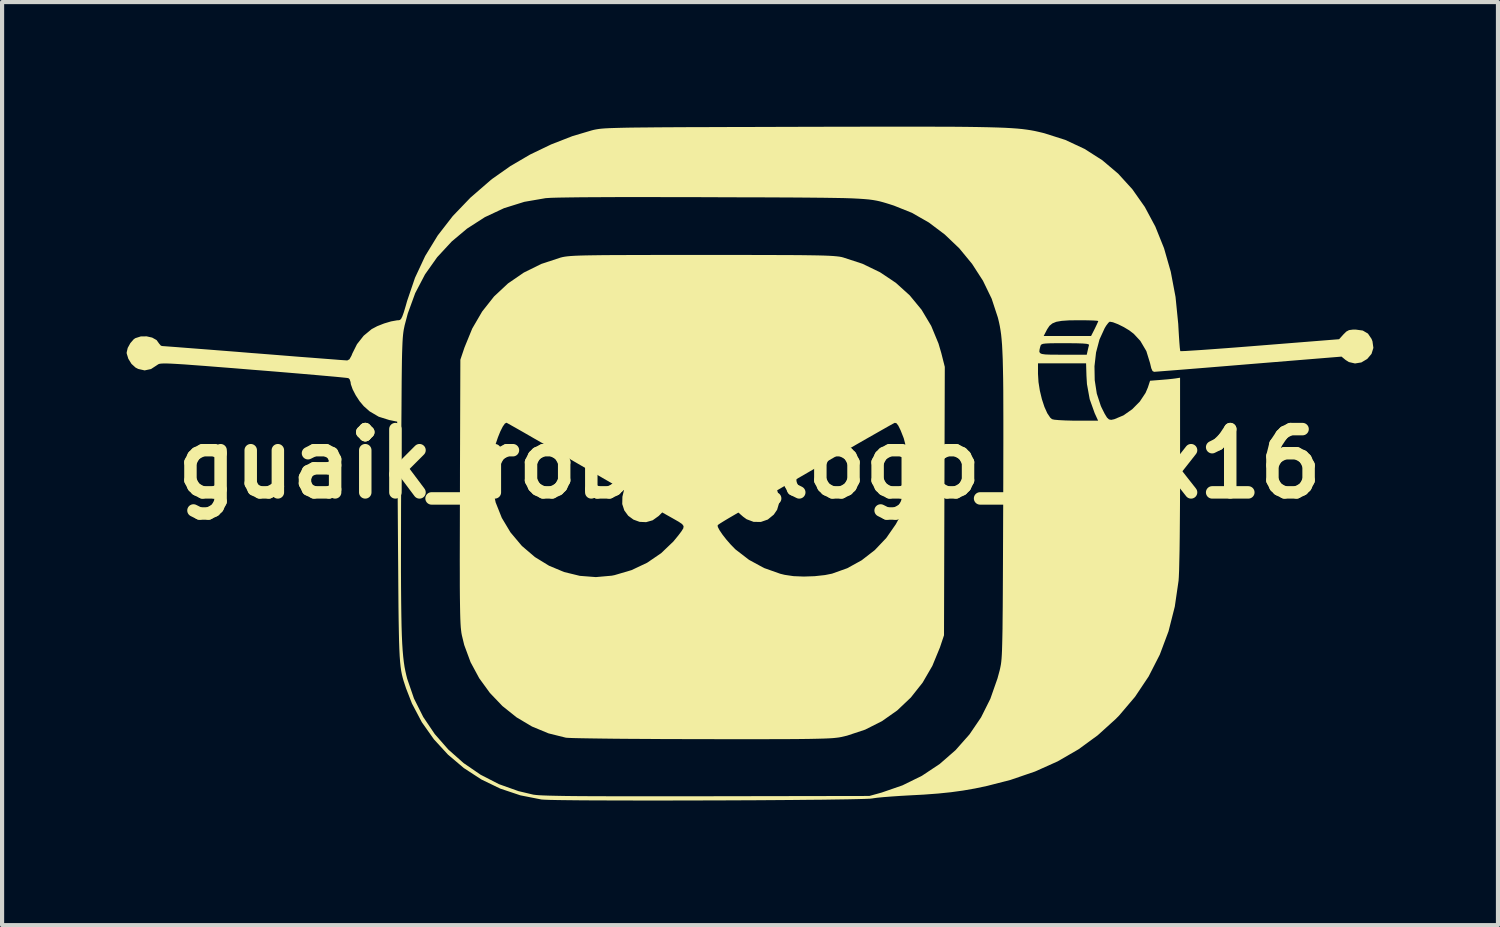
<source format=kicad_pcb>
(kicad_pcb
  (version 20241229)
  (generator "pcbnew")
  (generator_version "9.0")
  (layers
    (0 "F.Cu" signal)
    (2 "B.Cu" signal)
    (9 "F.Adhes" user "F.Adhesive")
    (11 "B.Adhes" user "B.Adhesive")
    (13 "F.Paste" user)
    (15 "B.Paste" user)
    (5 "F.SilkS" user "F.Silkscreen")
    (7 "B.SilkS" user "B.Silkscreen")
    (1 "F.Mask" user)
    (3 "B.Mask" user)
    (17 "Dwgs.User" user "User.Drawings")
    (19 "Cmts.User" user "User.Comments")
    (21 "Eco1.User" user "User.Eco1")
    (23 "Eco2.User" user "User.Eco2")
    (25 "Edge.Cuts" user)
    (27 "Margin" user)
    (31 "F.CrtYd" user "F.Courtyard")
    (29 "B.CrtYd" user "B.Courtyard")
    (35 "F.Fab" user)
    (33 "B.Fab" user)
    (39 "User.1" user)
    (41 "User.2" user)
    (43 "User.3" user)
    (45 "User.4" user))
  (footprint "guaik_robot_logo_30x16"
    (layer "F.Cu")
    (at 14.998 8.117)
    (property "Reference" "guaik_robot_logo_30x16" (at 0 0 0) (layer "F.SilkS") (effects (font (size 1.524 1.524) (thickness 0.3))))
    (attr board_only exclude_from_pos_files exclude_from_bom)
    (fp_poly (pts (xy -0.597 -5.028) (xy -0.118 -5.028) (xy 0.301 -5.027) (xy 0.664 -5.026) (xy 0.976 -5.025) (xy 1.241 -5.023) (xy 1.463 -5.02) (xy 1.648 -5.017) (xy 1.799 -5.013) (xy 1.921 -5.008) (xy 2.019 -5.002) (xy 2.097 -4.995) (xy 2.159 -4.988) (xy 2.21 -4.979) (xy 2.254 -4.968) (xy 2.719 -4.816) (xy 3.143 -4.611) (xy 3.524 -4.356) (xy 3.858 -4.054) (xy 4.143 -3.708) (xy 4.374 -3.321) (xy 4.55 -2.896) (xy 4.617 -2.668) (xy 4.702 -2.333) (xy 4.692 0.898) (xy 4.683 4.13) (xy 4.585 4.423) (xy 4.402 4.867) (xy 4.168 5.27) (xy 3.885 5.628) (xy 3.557 5.939) (xy 3.189 6.198) (xy 2.785 6.402) (xy 2.348 6.547) (xy 2.205 6.58) (xy 2.151 6.59) (xy 2.087 6.598) (xy 2.009 6.606) (xy 1.911 6.612) (xy 1.789 6.617) (xy 1.639 6.621) (xy 1.456 6.625) (xy 1.235 6.628) (xy 0.973 6.63) (xy 0.664 6.631) (xy 0.304 6.632) (xy -0.111 6.632) (xy -0.586 6.632) (xy -1.125 6.631) (xy -1.148 6.631) (xy -1.608 6.63) (xy -2.052 6.629) (xy -2.474 6.626) (xy -2.868 6.624) (xy -3.231 6.621) (xy -3.555 6.617) (xy -3.836 6.613) (xy -4.069 6.609) (xy -4.248 6.605) (xy -4.368 6.6) (xy -4.422 6.596) (xy -4.84 6.492) (xy -5.238 6.327) (xy -5.61 6.106) (xy -5.95 5.834) (xy -6.251 5.519) (xy -6.509 5.164) (xy -6.717 4.778) (xy -6.87 4.364) (xy -6.927 4.129) (xy -6.937 4.076) (xy -6.945 4.013) (xy -6.953 3.938) (xy -6.959 3.844) (xy -6.964 3.728) (xy -6.968 3.586) (xy -6.971 3.412) (xy -6.974 3.203) (xy -6.976 2.954) (xy -6.976 2.66) (xy -6.977 2.316) (xy -6.976 1.92) (xy -6.975 1.465) (xy -6.974 0.948) (xy -6.973 0.674) (xy -6.972 0.138) (xy -6.215 0.138) (xy -6.196 0.54) (xy -6.113 0.931) (xy -5.965 1.303) (xy -5.756 1.652) (xy -5.488 1.971) (xy -5.475 1.984) (xy -5.167 2.247) (xy -4.828 2.455) (xy -4.464 2.607) (xy -4.086 2.699) (xy -3.701 2.729) (xy -3.318 2.695) (xy -3.248 2.681) (xy -2.841 2.561) (xy -2.465 2.383) (xy -2.128 2.153) (xy -1.834 1.872) (xy -1.712 1.723) (xy -1.637 1.623) (xy -1.594 1.553) (xy -1.588 1.5) (xy -1.604 1.479) (xy -0.767 1.479) (xy -0.764 1.521) (xy -0.722 1.601) (xy -0.651 1.706) (xy -0.559 1.824) (xy -0.455 1.943) (xy -0.35 2.051) (xy -0.335 2.065) (xy -0.013 2.313) (xy 0.349 2.51) (xy 0.741 2.649) (xy 0.848 2.675) (xy 1.058 2.706) (xy 1.307 2.716) (xy 1.569 2.707) (xy 1.817 2.68) (xy 1.987 2.646) (xy 2.354 2.515) (xy 2.7 2.324) (xy 3.016 2.079) (xy 3.293 1.787) (xy 3.522 1.457) (xy 3.581 1.349) (xy 3.738 0.974) (xy 3.829 0.582) (xy 3.856 0.181) (xy 3.817 -0.221) (xy 3.713 -0.615) (xy 3.638 -0.805) (xy 3.582 -0.919) (xy 3.538 -0.976) (xy 3.498 -0.986) (xy 3.494 -0.984) (xy 3.453 -0.963) (xy 3.359 -0.911) (xy 3.218 -0.831) (xy 3.035 -0.727) (xy 2.817 -0.603) (xy 2.571 -0.462) (xy 2.302 -0.307) (xy 2.052 -0.163) (xy 0.666 0.638) (xy 0.699 0.756) (xy 0.715 0.936) (xy 0.664 1.108) (xy 0.584 1.225) (xy 0.44 1.343) (xy 0.273 1.401) (xy 0.098 1.399) (xy -0.07 1.336) (xy -0.154 1.275) (xy -0.269 1.175) (xy -0.502 1.311) (xy -0.617 1.38) (xy -0.71 1.438) (xy -0.763 1.475) (xy -0.767 1.479) (xy -1.604 1.479) (xy -1.623 1.452) (xy -1.706 1.396) (xy -1.841 1.319) (xy -1.889 1.292) (xy -2.102 1.172) (xy -2.187 1.257) (xy -2.332 1.361) (xy -2.49 1.406) (xy -2.647 1.399) (xy -2.795 1.345) (xy -2.921 1.252) (xy -3.015 1.124) (xy -3.065 0.97) (xy -3.061 0.794) (xy -3.054 0.764) (xy -3.024 0.639) (xy -4.415 -0.165) (xy -4.699 -0.329) (xy -4.965 -0.483) (xy -5.208 -0.622) (xy -5.421 -0.745) (xy -5.598 -0.846) (xy -5.733 -0.922) (xy -5.82 -0.971) (xy -5.852 -0.988) (xy -5.891 -0.968) (xy -5.942 -0.895) (xy -6 -0.78) (xy -6.058 -0.637) (xy -6.112 -0.478) (xy -6.156 -0.317) (xy -6.166 -0.269) (xy -6.215 0.138) (xy -6.972 0.138) (xy -6.963 -2.505) (xy -6.864 -2.799) (xy -6.677 -3.256) (xy -6.438 -3.666) (xy -6.151 -4.029) (xy -5.816 -4.342) (xy -5.436 -4.603) (xy -5.013 -4.812) (xy -4.548 -4.965) (xy -4.54 -4.967) (xy -4.495 -4.978) (xy -4.444 -4.987) (xy -4.383 -4.995) (xy -4.307 -5.002) (xy -4.212 -5.008) (xy -4.092 -5.013) (xy -3.945 -5.017) (xy -3.764 -5.02) (xy -3.547 -5.023) (xy -3.287 -5.025) (xy -2.982 -5.026) (xy -2.625 -5.027) (xy -2.214 -5.028) (xy -1.742 -5.028) (xy -1.207 -5.028) (xy -1.14 -5.028)) (stroke (width 0) (type solid)) (fill yes) (layer "F.SilkS"))
    (fp_poly (pts (xy 4.122 -8.117) (xy 4.534 -8.116) (xy 4.9 -8.115) (xy 5.221 -8.112) (xy 5.504 -8.108) (xy 5.75 -8.103) (xy 5.964 -8.097) (xy 6.15 -8.09) (xy 6.31 -8.081) (xy 6.449 -8.071) (xy 6.571 -8.059) (xy 6.679 -8.045) (xy 6.777 -8.03) (xy 6.868 -8.013) (xy 6.957 -7.993) (xy 7.046 -7.972) (xy 7.101 -7.958) (xy 7.604 -7.798) (xy 8.068 -7.581) (xy 8.493 -7.31) (xy 8.877 -6.985) (xy 9.219 -6.609) (xy 9.518 -6.184) (xy 9.772 -5.71) (xy 9.981 -5.19) (xy 10.143 -4.624) (xy 10.258 -4.016) (xy 10.323 -3.367) (xy 10.328 -3.274) (xy 10.339 -3.088) (xy 10.35 -2.926) (xy 10.36 -2.802) (xy 10.369 -2.728) (xy 10.374 -2.712) (xy 10.41 -2.712) (xy 10.51 -2.716) (xy 10.666 -2.726) (xy 10.871 -2.739) (xy 11.121 -2.757) (xy 11.408 -2.778) (xy 11.726 -2.802) (xy 12.069 -2.829) (xy 12.294 -2.847) (xy 14.197 -2.999) (xy 14.301 -3.115) (xy 14.37 -3.183) (xy 14.435 -3.218) (xy 14.525 -3.23) (xy 14.595 -3.231) (xy 14.766 -3.208) (xy 14.891 -3.135) (xy 14.977 -3.008) (xy 15 -2.949) (xy 15.022 -2.79) (xy 14.977 -2.646) (xy 14.874 -2.524) (xy 14.733 -2.44) (xy 14.58 -2.415) (xy 14.432 -2.449) (xy 14.353 -2.499) (xy 14.255 -2.58) (xy 12.026 -2.398) (xy 11.639 -2.366) (xy 11.272 -2.336) (xy 10.931 -2.308) (xy 10.62 -2.283) (xy 10.347 -2.261) (xy 10.118 -2.243) (xy 9.937 -2.229) (xy 9.812 -2.219) (xy 9.748 -2.214) (xy 9.741 -2.214) (xy 9.704 -2.233) (xy 9.674 -2.299) (xy 9.644 -2.424) (xy 9.643 -2.428) (xy 9.555 -2.713) (xy 9.41 -2.959) (xy 9.252 -3.129) (xy 9.145 -3.211) (xy 9.012 -3.291) (xy 8.873 -3.36) (xy 8.751 -3.407) (xy 8.674 -3.421) (xy 8.64 -3.394) (xy 8.587 -3.324) (xy 8.551 -3.264) (xy 8.426 -2.991) (xy 8.344 -2.68) (xy 8.306 -2.348) (xy 8.312 -2.012) (xy 8.362 -1.689) (xy 8.458 -1.395) (xy 8.482 -1.342) (xy 8.553 -1.201) (xy 8.607 -1.113) (xy 8.655 -1.068) (xy 8.708 -1.057) (xy 8.776 -1.071) (xy 8.781 -1.072) (xy 9.004 -1.165) (xy 9.214 -1.312) (xy 9.397 -1.497) (xy 9.536 -1.706) (xy 9.592 -1.837) (xy 9.645 -1.999) (xy 9.911 -2.02) (xy 10.054 -2.032) (xy 10.181 -2.045) (xy 10.267 -2.056) (xy 10.272 -2.057) (xy 10.367 -2.072) (xy 10.367 0.182) (xy 10.367 0.611) (xy 10.365 1.022) (xy 10.362 1.406) (xy 10.359 1.759) (xy 10.355 2.073) (xy 10.349 2.344) (xy 10.344 2.563) (xy 10.337 2.725) (xy 10.331 2.815) (xy 10.24 3.44) (xy 10.089 4.035) (xy 9.879 4.596) (xy 9.61 5.122) (xy 9.283 5.611) (xy 8.9 6.062) (xy 8.812 6.151) (xy 8.383 6.539) (xy 7.921 6.876) (xy 7.42 7.166) (xy 6.876 7.41) (xy 6.283 7.613) (xy 5.73 7.755) (xy 5.429 7.819) (xy 5.141 7.869) (xy 4.851 7.909) (xy 4.539 7.941) (xy 4.19 7.967) (xy 3.87 7.984) (xy 3.639 7.997) (xy 3.42 8.012) (xy 3.226 8.027) (xy 3.072 8.042) (xy 2.97 8.056) (xy 2.955 8.059) (xy 2.896 8.065) (xy 2.773 8.07) (xy 2.593 8.075) (xy 2.359 8.08) (xy 2.079 8.084) (xy 1.756 8.089) (xy 1.398 8.092) (xy 1.009 8.096) (xy 0.594 8.099) (xy 0.16 8.102) (xy -0.289 8.104) (xy -0.747 8.106) (xy -1.208 8.107) (xy -1.667 8.108) (xy -2.118 8.109) (xy -2.557 8.109) (xy -2.976 8.108) (xy -3.372 8.107) (xy -3.739 8.106) (xy -4.07 8.104) (xy -4.361 8.101) (xy -4.606 8.098) (xy -4.8 8.094) (xy -4.937 8.089) (xy -5.011 8.084) (xy -5.518 7.984) (xy -6.002 7.822) (xy -6.457 7.602) (xy -6.878 7.328) (xy -7.261 7.004) (xy -7.6 6.635) (xy -7.891 6.223) (xy -8.128 5.774) (xy -8.271 5.407) (xy -8.301 5.316) (xy -8.328 5.234) (xy -8.351 5.154) (xy -8.371 5.073) (xy -8.388 4.985) (xy -8.402 4.885) (xy -8.414 4.769) (xy -8.424 4.631) (xy -8.432 4.466) (xy -8.439 4.269) (xy -8.444 4.036) (xy -8.449 3.761) (xy -8.453 3.439) (xy -8.456 3.066) (xy -8.459 2.636) (xy -8.463 2.146) (xy -8.393 2.146) (xy -8.393 2.594) (xy -8.391 2.99) (xy -8.388 3.337) (xy -8.384 3.641) (xy -8.379 3.905) (xy -8.372 4.133) (xy -8.363 4.33) (xy -8.352 4.5) (xy -8.339 4.647) (xy -8.324 4.776) (xy -8.307 4.89) (xy -8.287 4.993) (xy -8.265 5.09) (xy -8.243 5.177) (xy -8.08 5.652) (xy -7.857 6.097) (xy -7.58 6.508) (xy -7.254 6.88) (xy -6.884 7.208) (xy -6.475 7.488) (xy -6.033 7.715) (xy -5.562 7.883) (xy -5.207 7.967) (xy -5.154 7.974) (xy -5.077 7.981) (xy -4.973 7.986) (xy -4.839 7.991) (xy -4.67 7.995) (xy -4.463 7.999) (xy -4.215 8.002) (xy -3.923 8.004) (xy -3.582 8.005) (xy -3.189 8.007) (xy -2.742 8.007) (xy -2.235 8.007) (xy -1.667 8.007) (xy -1.037 8.006) (xy 2.886 7.999) (xy 3.179 7.918) (xy 3.682 7.744) (xy 4.15 7.514) (xy 4.579 7.229) (xy 4.961 6.896) (xy 5.296 6.517) (xy 5.575 6.107) (xy 5.799 5.659) (xy 5.971 5.168) (xy 6.023 4.976) (xy 6.034 4.928) (xy 6.044 4.879) (xy 6.054 4.826) (xy 6.062 4.763) (xy 6.069 4.688) (xy 6.075 4.596) (xy 6.08 4.482) (xy 6.084 4.343) (xy 6.088 4.173) (xy 6.092 3.97) (xy 6.094 3.728) (xy 6.097 3.444) (xy 6.099 3.113) (xy 6.101 2.731) (xy 6.103 2.294) (xy 6.105 1.798) (xy 6.107 1.237) (xy 6.108 1.054) (xy 6.11 0.438) (xy 6.111 -0.114) (xy 6.112 -0.604) (xy 6.112 -1.039) (xy 6.111 -1.421) (xy 6.11 -1.756) (xy 6.107 -2.046) (xy 6.102 -2.298) (xy 6.099 -2.419) (xy 6.946 -2.419) (xy 6.946 -2.165) (xy 6.958 -1.967) (xy 6.991 -1.759) (xy 7.04 -1.555) (xy 7.101 -1.369) (xy 7.17 -1.216) (xy 7.242 -1.109) (xy 7.283 -1.074) (xy 7.338 -1.061) (xy 7.449 -1.051) (xy 7.603 -1.043) (xy 7.787 -1.038) (xy 7.869 -1.038) (xy 8.394 -1.037) (xy 8.311 -1.218) (xy 8.191 -1.554) (xy 8.125 -1.919) (xy 8.113 -2.117) (xy 8.104 -2.419) (xy 7.525 -2.419) (xy 6.946 -2.419) (xy 6.099 -2.419) (xy 6.097 -2.514) (xy 6.089 -2.7) (xy 6.089 -2.701) (xy 6.978 -2.701) (xy 6.994 -2.666) (xy 7.039 -2.644) (xy 7.124 -2.632) (xy 7.257 -2.627) (xy 7.446 -2.626) (xy 7.55 -2.626) (xy 8.12 -2.626) (xy 8.141 -2.721) (xy 8.161 -2.807) (xy 8.175 -2.86) (xy 8.164 -2.876) (xy 8.116 -2.888) (xy 8.024 -2.896) (xy 7.879 -2.901) (xy 7.674 -2.903) (xy 7.606 -2.903) (xy 7.393 -2.903) (xy 7.239 -2.901) (xy 7.134 -2.896) (xy 7.068 -2.888) (xy 7.031 -2.874) (xy 7.012 -2.854) (xy 7.003 -2.826) (xy 7.002 -2.825) (xy 6.984 -2.753) (xy 6.978 -2.701) (xy 6.089 -2.701) (xy 6.081 -2.859) (xy 6.07 -2.996) (xy 6.062 -3.076) (xy 7.083 -3.076) (xy 8.224 -3.076) (xy 8.311 -3.247) (xy 8.358 -3.345) (xy 8.39 -3.415) (xy 8.398 -3.437) (xy 8.365 -3.444) (xy 8.276 -3.45) (xy 8.143 -3.454) (xy 7.979 -3.456) (xy 7.93 -3.456) (xy 7.694 -3.453) (xy 7.517 -3.441) (xy 7.386 -3.418) (xy 7.292 -3.379) (xy 7.223 -3.322) (xy 7.169 -3.242) (xy 7.155 -3.216) (xy 7.083 -3.076) (xy 6.062 -3.076) (xy 6.058 -3.114) (xy 6.043 -3.219) (xy 6.027 -3.314) (xy 6.008 -3.404) (xy 5.987 -3.492) (xy 5.978 -3.526) (xy 5.83 -3.976) (xy 5.621 -4.407) (xy 5.359 -4.813) (xy 5.051 -5.187) (xy 4.702 -5.52) (xy 4.32 -5.808) (xy 3.911 -6.042) (xy 3.48 -6.215) (xy 3.456 -6.223) (xy 3.366 -6.252) (xy 3.285 -6.277) (xy 3.21 -6.299) (xy 3.135 -6.319) (xy 3.057 -6.336) (xy 2.971 -6.351) (xy 2.873 -6.364) (xy 2.759 -6.374) (xy 2.623 -6.383) (xy 2.463 -6.391) (xy 2.272 -6.397) (xy 2.048 -6.401) (xy 1.786 -6.405) (xy 1.481 -6.408) (xy 1.129 -6.411) (xy 0.726 -6.413) (xy 0.267 -6.415) (xy -0.252 -6.416) (xy -0.835 -6.418) (xy -0.899 -6.419) (xy -1.566 -6.42) (xy -2.177 -6.421) (xy -2.731 -6.422) (xy -3.227 -6.421) (xy -3.662 -6.419) (xy -4.037 -6.417) (xy -4.348 -6.413) (xy -4.595 -6.409) (xy -4.776 -6.404) (xy -4.889 -6.397) (xy -4.907 -6.396) (xy -5.422 -6.307) (xy -5.912 -6.154) (xy -6.373 -5.938) (xy -6.802 -5.662) (xy -7.17 -5.353) (xy -7.521 -4.974) (xy -7.814 -4.56) (xy -8.05 -4.109) (xy -8.229 -3.618) (xy -8.304 -3.335) (xy -8.315 -3.282) (xy -8.326 -3.229) (xy -8.335 -3.171) (xy -8.343 -3.104) (xy -8.35 -3.023) (xy -8.356 -2.924) (xy -8.361 -2.803) (xy -8.366 -2.656) (xy -8.37 -2.477) (xy -8.373 -2.263) (xy -8.376 -2.01) (xy -8.378 -1.712) (xy -8.38 -1.367) (xy -8.383 -0.968) (xy -8.385 -0.512) (xy -8.387 0.005) (xy -8.388 0.446) (xy -8.391 1.076) (xy -8.392 1.641) (xy -8.393 2.146) (xy -8.463 2.146) (xy -8.463 2.145) (xy -8.465 1.869) (xy -8.484 -1.014) (xy -8.674 -1.053) (xy -8.929 -1.133) (xy -9.148 -1.262) (xy -9.289 -1.387) (xy -9.39 -1.507) (xy -9.482 -1.648) (xy -9.556 -1.791) (xy -9.6 -1.915) (xy -9.607 -1.969) (xy -9.63 -2.036) (xy -9.66 -2.062) (xy -9.703 -2.068) (xy -9.809 -2.079) (xy -9.972 -2.095) (xy -10.186 -2.114) (xy -10.446 -2.137) (xy -10.744 -2.163) (xy -11.077 -2.191) (xy -11.436 -2.221) (xy -11.818 -2.252) (xy -11.95 -2.262) (xy -12.398 -2.299) (xy -12.782 -2.329) (xy -13.108 -2.355) (xy -13.38 -2.375) (xy -13.604 -2.392) (xy -13.783 -2.403) (xy -13.925 -2.411) (xy -14.033 -2.415) (xy -14.113 -2.415) (xy -14.17 -2.412) (xy -14.209 -2.406) (xy -14.234 -2.397) (xy -14.252 -2.386) (xy -14.255 -2.383) (xy -14.411 -2.281) (xy -14.565 -2.248) (xy -14.72 -2.283) (xy -14.784 -2.316) (xy -14.882 -2.405) (xy -14.958 -2.528) (xy -14.997 -2.655) (xy -14.998 -2.681) (xy -14.973 -2.789) (xy -14.909 -2.905) (xy -14.827 -2.999) (xy -14.788 -3.025) (xy -14.658 -3.066) (xy -14.517 -3.068) (xy -14.384 -3.038) (xy -14.277 -2.978) (xy -14.218 -2.895) (xy -14.173 -2.843) (xy -14.137 -2.834) (xy -14.092 -2.831) (xy -13.985 -2.823) (xy -13.821 -2.811) (xy -13.606 -2.794) (xy -13.346 -2.774) (xy -13.048 -2.751) (xy -12.717 -2.725) (xy -12.359 -2.697) (xy -11.981 -2.666) (xy -11.912 -2.661) (xy -11.531 -2.631) (xy -11.169 -2.602) (xy -10.833 -2.575) (xy -10.528 -2.552) (xy -10.261 -2.531) (xy -10.038 -2.514) (xy -9.864 -2.5) (xy -9.746 -2.492) (xy -9.689 -2.488) (xy -9.686 -2.488) (xy -9.634 -2.515) (xy -9.585 -2.602) (xy -9.564 -2.655) (xy -9.452 -2.879) (xy -9.291 -3.083) (xy -9.099 -3.242) (xy -8.965 -3.313) (xy -8.8 -3.378) (xy -8.632 -3.428) (xy -8.487 -3.454) (xy -8.448 -3.456) (xy -8.417 -3.463) (xy -8.389 -3.491) (xy -8.36 -3.549) (xy -8.324 -3.649) (xy -8.279 -3.799) (xy -8.245 -3.92) (xy -8.055 -4.478) (xy -7.81 -5.003) (xy -7.508 -5.497) (xy -7.145 -5.965) (xy -6.72 -6.408) (xy -6.231 -6.832) (xy -6.186 -6.867) (xy -5.758 -7.168) (xy -5.283 -7.446) (xy -4.778 -7.689) (xy -4.265 -7.889) (xy -3.801 -8.027) (xy -3.759 -8.038) (xy -3.717 -8.047) (xy -3.671 -8.055) (xy -3.618 -8.063) (xy -3.553 -8.07) (xy -3.475 -8.076) (xy -3.378 -8.081) (xy -3.259 -8.085) (xy -3.115 -8.089) (xy -2.942 -8.093) (xy -2.737 -8.096) (xy -2.495 -8.098) (xy -2.213 -8.101) (xy -1.888 -8.103) (xy -1.515 -8.105) (xy -1.092 -8.106) (xy -0.614 -8.108) (xy -0.079 -8.109) (xy 0.519 -8.111) (xy 1.181 -8.113) (xy 1.227 -8.113) (xy 1.929 -8.115) (xy 2.566 -8.116) (xy 3.142 -8.117) (xy 3.659 -8.117)) (stroke (width 0) (type solid)) (fill yes) (layer "F.SilkS")))
  (gr_rect
    (start -3 -3)
    (end 33.02 19.226)
    (stroke (width 0.1) (type default))
    (fill no)
    (layer "Edge.Cuts")))
</source>
